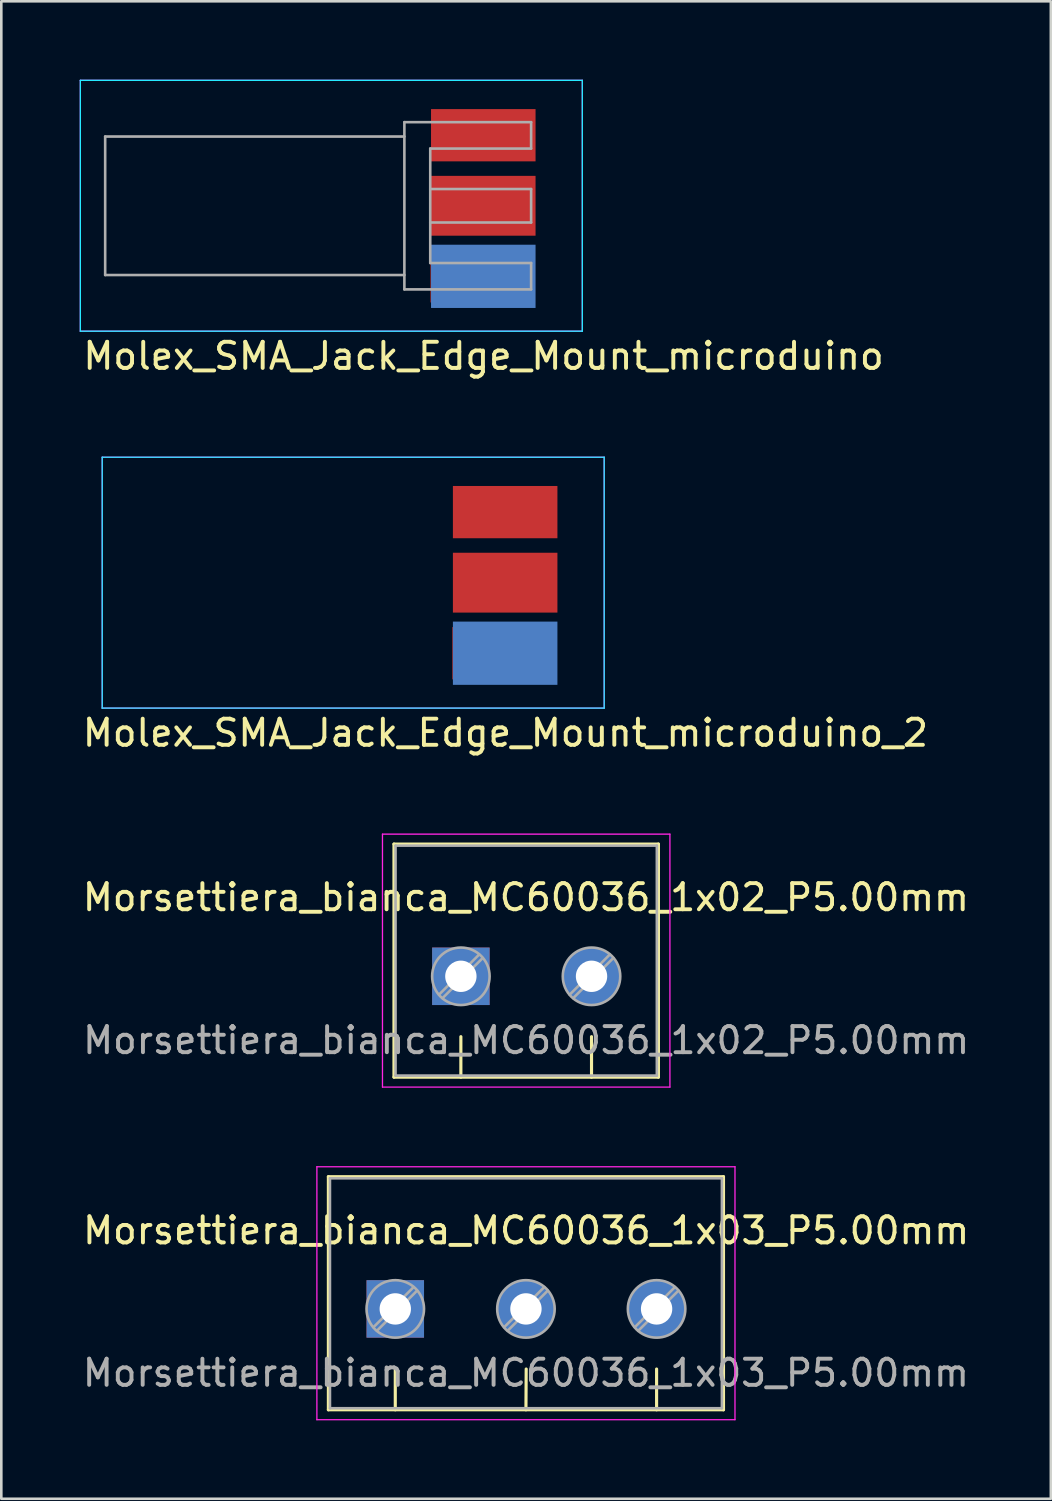
<source format=kicad_pcb>
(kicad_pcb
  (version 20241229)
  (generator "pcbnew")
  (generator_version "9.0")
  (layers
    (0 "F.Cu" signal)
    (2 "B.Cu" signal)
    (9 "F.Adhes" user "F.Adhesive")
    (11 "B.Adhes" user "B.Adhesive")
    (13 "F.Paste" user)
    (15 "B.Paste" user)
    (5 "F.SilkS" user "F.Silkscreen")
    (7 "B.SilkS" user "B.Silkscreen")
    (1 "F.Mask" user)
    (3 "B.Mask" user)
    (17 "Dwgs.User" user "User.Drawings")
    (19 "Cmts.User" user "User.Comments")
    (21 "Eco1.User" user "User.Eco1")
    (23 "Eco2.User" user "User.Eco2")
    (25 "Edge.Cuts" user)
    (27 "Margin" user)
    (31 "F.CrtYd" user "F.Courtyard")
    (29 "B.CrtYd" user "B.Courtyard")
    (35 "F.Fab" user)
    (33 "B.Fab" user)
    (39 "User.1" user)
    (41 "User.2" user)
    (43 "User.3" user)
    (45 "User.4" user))
  (footprint "Morsettiera_bianca_MC60036_1x03_P5.00mm"
    (layer "F.Cu")
    (at 12.077 47.041)
    (property "Reference" "Morsettiera_bianca_MC60036_1x03_P5.00mm" (at 5.01 -3 0) (layer "F.SilkS") (effects (font (size 1 1) (thickness 0.15))))
    (attr through_hole)
    (fp_line (start -2.56 -5.06) (end -2.56 3.86) (stroke (width 0.12) (type solid)) (layer "F.SilkS"))
    (fp_line (start -2.56 -5.06) (end 12.56 -5.06) (stroke (width 0.12) (type solid)) (layer "F.SilkS"))
    (fp_line (start 0 2.3) (end 0 3.86) (stroke (width 0.12) (type solid)) (layer "F.SilkS"))
    (fp_line (start 5.01 2.3) (end 5 3.86) (stroke (width 0.12) (type solid)) (layer "F.SilkS"))
    (fp_line (start 10 2.3) (end 10 3.86) (stroke (width 0.12) (type solid)) (layer "F.SilkS"))
    (fp_line (start 12.56 -5.06) (end 12.56 3.86) (stroke (width 0.12) (type solid)) (layer "F.SilkS"))
    (fp_line (start 12.56 3.86) (end -2.56 3.86) (stroke (width 0.12) (type solid)) (layer "F.SilkS"))
    (fp_line (start -3 -5.44) (end -3 4.24) (stroke (width 0.05) (type solid)) (layer "F.CrtYd"))
    (fp_line (start -3 4.24) (end 13 4.24) (stroke (width 0.05) (type solid)) (layer "F.CrtYd"))
    (fp_line (start 13 -5.44) (end -3 -5.44) (stroke (width 0.05) (type solid)) (layer "F.CrtYd"))
    (fp_line (start 13 4.24) (end 13 -5.44) (stroke (width 0.05) (type solid)) (layer "F.CrtYd"))
    (fp_line (start -2.5 -5) (end 12.5 -5) (stroke (width 0.1) (type solid)) (layer "F.Fab"))
    (fp_line (start -2.5 3.8) (end -2.5 -5) (stroke (width 0.1) (type solid)) (layer "F.Fab"))
    (fp_line (start 0.701 -0.835) (end -0.835 0.7) (stroke (width 0.1) (type solid)) (layer "F.Fab"))
    (fp_line (start 0.835 -0.7) (end -0.701 0.835) (stroke (width 0.1) (type solid)) (layer "F.Fab"))
    (fp_line (start 5.701 -0.835) (end 4.166 0.7) (stroke (width 0.1) (type solid)) (layer "F.Fab"))
    (fp_line (start 5.835 -0.7) (end 4.3 0.835) (stroke (width 0.1) (type solid)) (layer "F.Fab"))
    (fp_line (start 10.701 -0.835) (end 9.166 0.7) (stroke (width 0.1) (type solid)) (layer "F.Fab"))
    (fp_line (start 10.835 -0.7) (end 9.3 0.835) (stroke (width 0.1) (type solid)) (layer "F.Fab"))
    (fp_line (start 12.5 -5) (end 12.5 3.8) (stroke (width 0.1) (type solid)) (layer "F.Fab"))
    (fp_line (start 12.5 3.8) (end -2.5 3.8) (stroke (width 0.1) (type solid)) (layer "F.Fab"))
    (fp_circle (center 0 0) (end 1.1 0) (stroke (width 0.1) (type solid)) (fill no) (layer "F.Fab"))
    (fp_circle (center 5 0) (end 6.1 0) (stroke (width 0.1) (type solid)) (fill no) (layer "F.Fab"))
    (fp_circle (center 10 0) (end 11.1 0) (stroke (width 0.1) (type solid)) (fill no) (layer "F.Fab"))
    (fp_text user "${REFERENCE}" (at 5 2.45 0) (layer "F.Fab") (effects (font (size 1 1) (thickness 0.15))))
    (pad "1" thru_hole rect (at 0 0) (size 2.2 2.2) (drill 1.2) (layers "*.Cu" "*.Mask"))
    (pad "2" thru_hole circle (at 5 0) (size 2.2 2.2) (drill 1.2) (layers "*.Cu" "*.Mask"))
    (pad "3" thru_hole circle (at 10 0) (size 2.2 2.2) (drill 1.2) (layers "*.Cu" "*.Mask")))
  (footprint "Molex_SMA_Jack_Edge_Mount_microduino"
    (layer "F.Cu")
    (at 15.425 4.825)
    (property "Reference" "Molex_SMA_Jack_Edge_Mount_microduino" (at 0.03 5.75 0) (layer "F.SilkS") (effects (font (size 1 1) (thickness 0.15))))
    (attr smd)
    (fp_line (start -15.4 -4.8) (end -15.4 4.8) (stroke (width 0.05) (type solid)) (layer "B.CrtYd"))
    (fp_line (start -15.4 -4.8) (end 3.81 -4.8) (stroke (width 0.05) (type solid)) (layer "B.CrtYd"))
    (fp_line (start -15.4 4.8) (end 3.81 4.8) (stroke (width 0.05) (type solid)) (layer "B.CrtYd"))
    (fp_line (start 3.81 -4.8) (end 3.81 4.8) (stroke (width 0.05) (type solid)) (layer "B.CrtYd"))
    (fp_line (start -15.4 -4.8) (end 3.81 -4.8) (stroke (width 0.05) (type solid)) (layer "F.CrtYd"))
    (fp_line (start -15.4 4.8) (end -15.4 -4.8) (stroke (width 0.05) (type solid)) (layer "F.CrtYd"))
    (fp_line (start 3.81 -4.8) (end 3.81 4.8) (stroke (width 0.05) (type solid)) (layer "F.CrtYd"))
    (fp_line (start 3.81 4.8) (end -15.4 4.8) (stroke (width 0.05) (type solid)) (layer "F.CrtYd"))
    (fp_line (start -14.45 -2.65) (end -14.45 2.65) (stroke (width 0.1) (type solid)) (layer "F.Fab"))
    (fp_line (start -14.45 -2.65) (end -3 -2.65) (stroke (width 0.1) (type solid)) (layer "F.Fab"))
    (fp_line (start -14.45 2.65) (end -3 2.65) (stroke (width 0.1) (type solid)) (layer "F.Fab"))
    (fp_line (start -3 -3.2) (end -3 3.2) (stroke (width 0.1) (type solid)) (layer "F.Fab"))
    (fp_line (start -3 -3.2) (end 1.85 -3.2) (stroke (width 0.1) (type solid)) (layer "F.Fab"))
    (fp_line (start -3 3.2) (end 1.85 3.2) (stroke (width 0.1) (type solid)) (layer "F.Fab"))
    (fp_line (start -2.01 -2.19) (end -2.01 2.19) (stroke (width 0.1) (type solid)) (layer "F.Fab"))
    (fp_line (start -2.01 -2.19) (end 1.85 -2.19) (stroke (width 0.1) (type solid)) (layer "F.Fab"))
    (fp_line (start -2.01 -0.64) (end 1.85 -0.64) (stroke (width 0.1) (type solid)) (layer "F.Fab"))
    (fp_line (start -2.01 0.64) (end 1.85 0.64) (stroke (width 0.1) (type solid)) (layer "F.Fab"))
    (fp_line (start -2.01 2.19) (end 1.85 2.19) (stroke (width 0.1) (type solid)) (layer "F.Fab"))
    (fp_line (start 1.85 -3.2) (end 1.85 -2.19) (stroke (width 0.1) (type solid)) (layer "F.Fab"))
    (fp_line (start 1.85 -0.64) (end 1.85 0.64) (stroke (width 0.1) (type solid)) (layer "F.Fab"))
    (fp_line (start 1.85 2.19) (end 1.85 3.2) (stroke (width 0.1) (type solid)) (layer "F.Fab"))
    (pad "1" smd rect (at 0.02 0) (size 4 2.29) (layers "F.Cu" "F.Mask" "F.Paste"))
    (pad "2" smd rect (at 0 2.7) (size 4 2) (layers "F.Cu" "F.Mask" "F.Paste"))
    (pad "2" smd rect (at 0.02 -2.7) (size 4 2) (layers "F.Cu" "F.Mask" "F.Paste"))
    (pad "2" smd rect (at 0.02 2.7) (size 4 2.42) (layers "B.Cu" "B.Mask" "B.Paste")))
  (footprint "Molex_SMA_Jack_Edge_Mount_microduino_2"
    (layer "F.Cu")
    (at 16.262 19.248)
    (property "Reference" "Molex_SMA_Jack_Edge_Mount_microduino_2" (at 0.03 5.75 0) (layer "F.SilkS") (effects (font (size 1 1) (thickness 0.15))))
    (attr smd)
    (fp_line (start -15.4 -4.8) (end -15.4 4.8) (stroke (width 0.05) (type solid)) (layer "B.CrtYd"))
    (fp_line (start -15.4 -4.8) (end 3.81 -4.8) (stroke (width 0.05) (type solid)) (layer "B.CrtYd"))
    (fp_line (start -15.4 4.8) (end 3.81 4.8) (stroke (width 0.05) (type solid)) (layer "B.CrtYd"))
    (fp_line (start 3.81 -4.8) (end 3.81 4.8) (stroke (width 0.05) (type solid)) (layer "B.CrtYd"))
    (fp_line (start -15.4 -4.8) (end 3.81 -4.8) (stroke (width 0.05) (type solid)) (layer "F.CrtYd"))
    (fp_line (start -15.4 4.8) (end -15.4 -4.8) (stroke (width 0.05) (type solid)) (layer "F.CrtYd"))
    (fp_line (start 3.81 -4.8) (end 3.81 4.8) (stroke (width 0.05) (type solid)) (layer "F.CrtYd"))
    (fp_line (start 3.81 4.8) (end -15.4 4.8) (stroke (width 0.05) (type solid)) (layer "F.CrtYd"))
    (pad "1" smd rect (at 0.02 0) (size 4 2.29) (layers "F.Cu" "F.Mask" "F.Paste"))
    (pad "2" smd rect (at 0 2.7) (size 4 2) (layers "F.Cu" "F.Mask" "F.Paste"))
    (pad "2" smd rect (at 0.02 -2.7) (size 4 2) (layers "F.Cu" "F.Mask" "F.Paste"))
    (pad "2" smd rect (at 0.02 2.7) (size 4 2.42) (layers "B.Cu" "B.Mask" "B.Paste")))
  (footprint "Morsettiera_bianca_MC60036_1x02_P5.00mm"
    (layer "F.Cu")
    (at 14.587 34.312)
    (property "Reference" "Morsettiera_bianca_MC60036_1x02_P5.00mm" (at 2.49 -3.02 0) (layer "F.SilkS") (effects (font (size 1 1) (thickness 0.15))))
    (attr through_hole)
    (fp_line (start -2.56 -5.06) (end -2.56 3.86) (stroke (width 0.12) (type solid)) (layer "F.SilkS"))
    (fp_line (start -2.56 -5.06) (end 7.56 -5.06) (stroke (width 0.12) (type solid)) (layer "F.SilkS"))
    (fp_line (start 0 2.31) (end 0 3.86) (stroke (width 0.12) (type solid)) (layer "F.SilkS"))
    (fp_line (start 5 2.31) (end 5 3.86) (stroke (width 0.12) (type solid)) (layer "F.SilkS"))
    (fp_line (start 7.56 -5.06) (end 7.56 3.86) (stroke (width 0.12) (type solid)) (layer "F.SilkS"))
    (fp_line (start 7.56 3.86) (end -2.56 3.86) (stroke (width 0.12) (type solid)) (layer "F.SilkS"))
    (fp_line (start -3 -5.44) (end -3 4.24) (stroke (width 0.05) (type solid)) (layer "F.CrtYd"))
    (fp_line (start -3 4.24) (end 8 4.24) (stroke (width 0.05) (type solid)) (layer "F.CrtYd"))
    (fp_line (start 8 -5.44) (end -3 -5.44) (stroke (width 0.05) (type solid)) (layer "F.CrtYd"))
    (fp_line (start 8 4.24) (end 8 -5.44) (stroke (width 0.05) (type solid)) (layer "F.CrtYd"))
    (fp_line (start -2.5 -5) (end 7.5 -5) (stroke (width 0.1) (type solid)) (layer "F.Fab"))
    (fp_line (start -2.5 3.8) (end -2.5 -5) (stroke (width 0.1) (type solid)) (layer "F.Fab"))
    (fp_line (start 0.701 -0.835) (end -0.835 0.7) (stroke (width 0.1) (type solid)) (layer "F.Fab"))
    (fp_line (start 0.835 -0.7) (end -0.701 0.835) (stroke (width 0.1) (type solid)) (layer "F.Fab"))
    (fp_line (start 5.701 -0.835) (end 4.166 0.7) (stroke (width 0.1) (type solid)) (layer "F.Fab"))
    (fp_line (start 5.835 -0.7) (end 4.3 0.835) (stroke (width 0.1) (type solid)) (layer "F.Fab"))
    (fp_line (start 7.5 -5) (end 7.5 3.8) (stroke (width 0.1) (type solid)) (layer "F.Fab"))
    (fp_line (start 7.5 3.8) (end -2.5 3.8) (stroke (width 0.1) (type solid)) (layer "F.Fab"))
    (fp_circle (center 0 0) (end 1.1 0) (stroke (width 0.1) (type solid)) (fill no) (layer "F.Fab"))
    (fp_circle (center 5 0) (end 6.1 0) (stroke (width 0.1) (type solid)) (fill no) (layer "F.Fab"))
    (fp_text user "${REFERENCE}" (at 2.5 2.45 0) (layer "F.Fab") (effects (font (size 1 1) (thickness 0.15))))
    (pad "1" thru_hole rect (at 0 0) (size 2.2 2.2) (drill 1.2) (layers "*.Cu" "*.Mask"))
    (pad "2" thru_hole circle (at 5 0) (size 2.2 2.2) (drill 1.2) (layers "*.Cu" "*.Mask")))
  (gr_rect
    (start -3 -3)
    (end 37.165 54.306)
    (stroke (width 0.1) (type default))
    (fill no)
    (layer "Edge.Cuts")))
</source>
